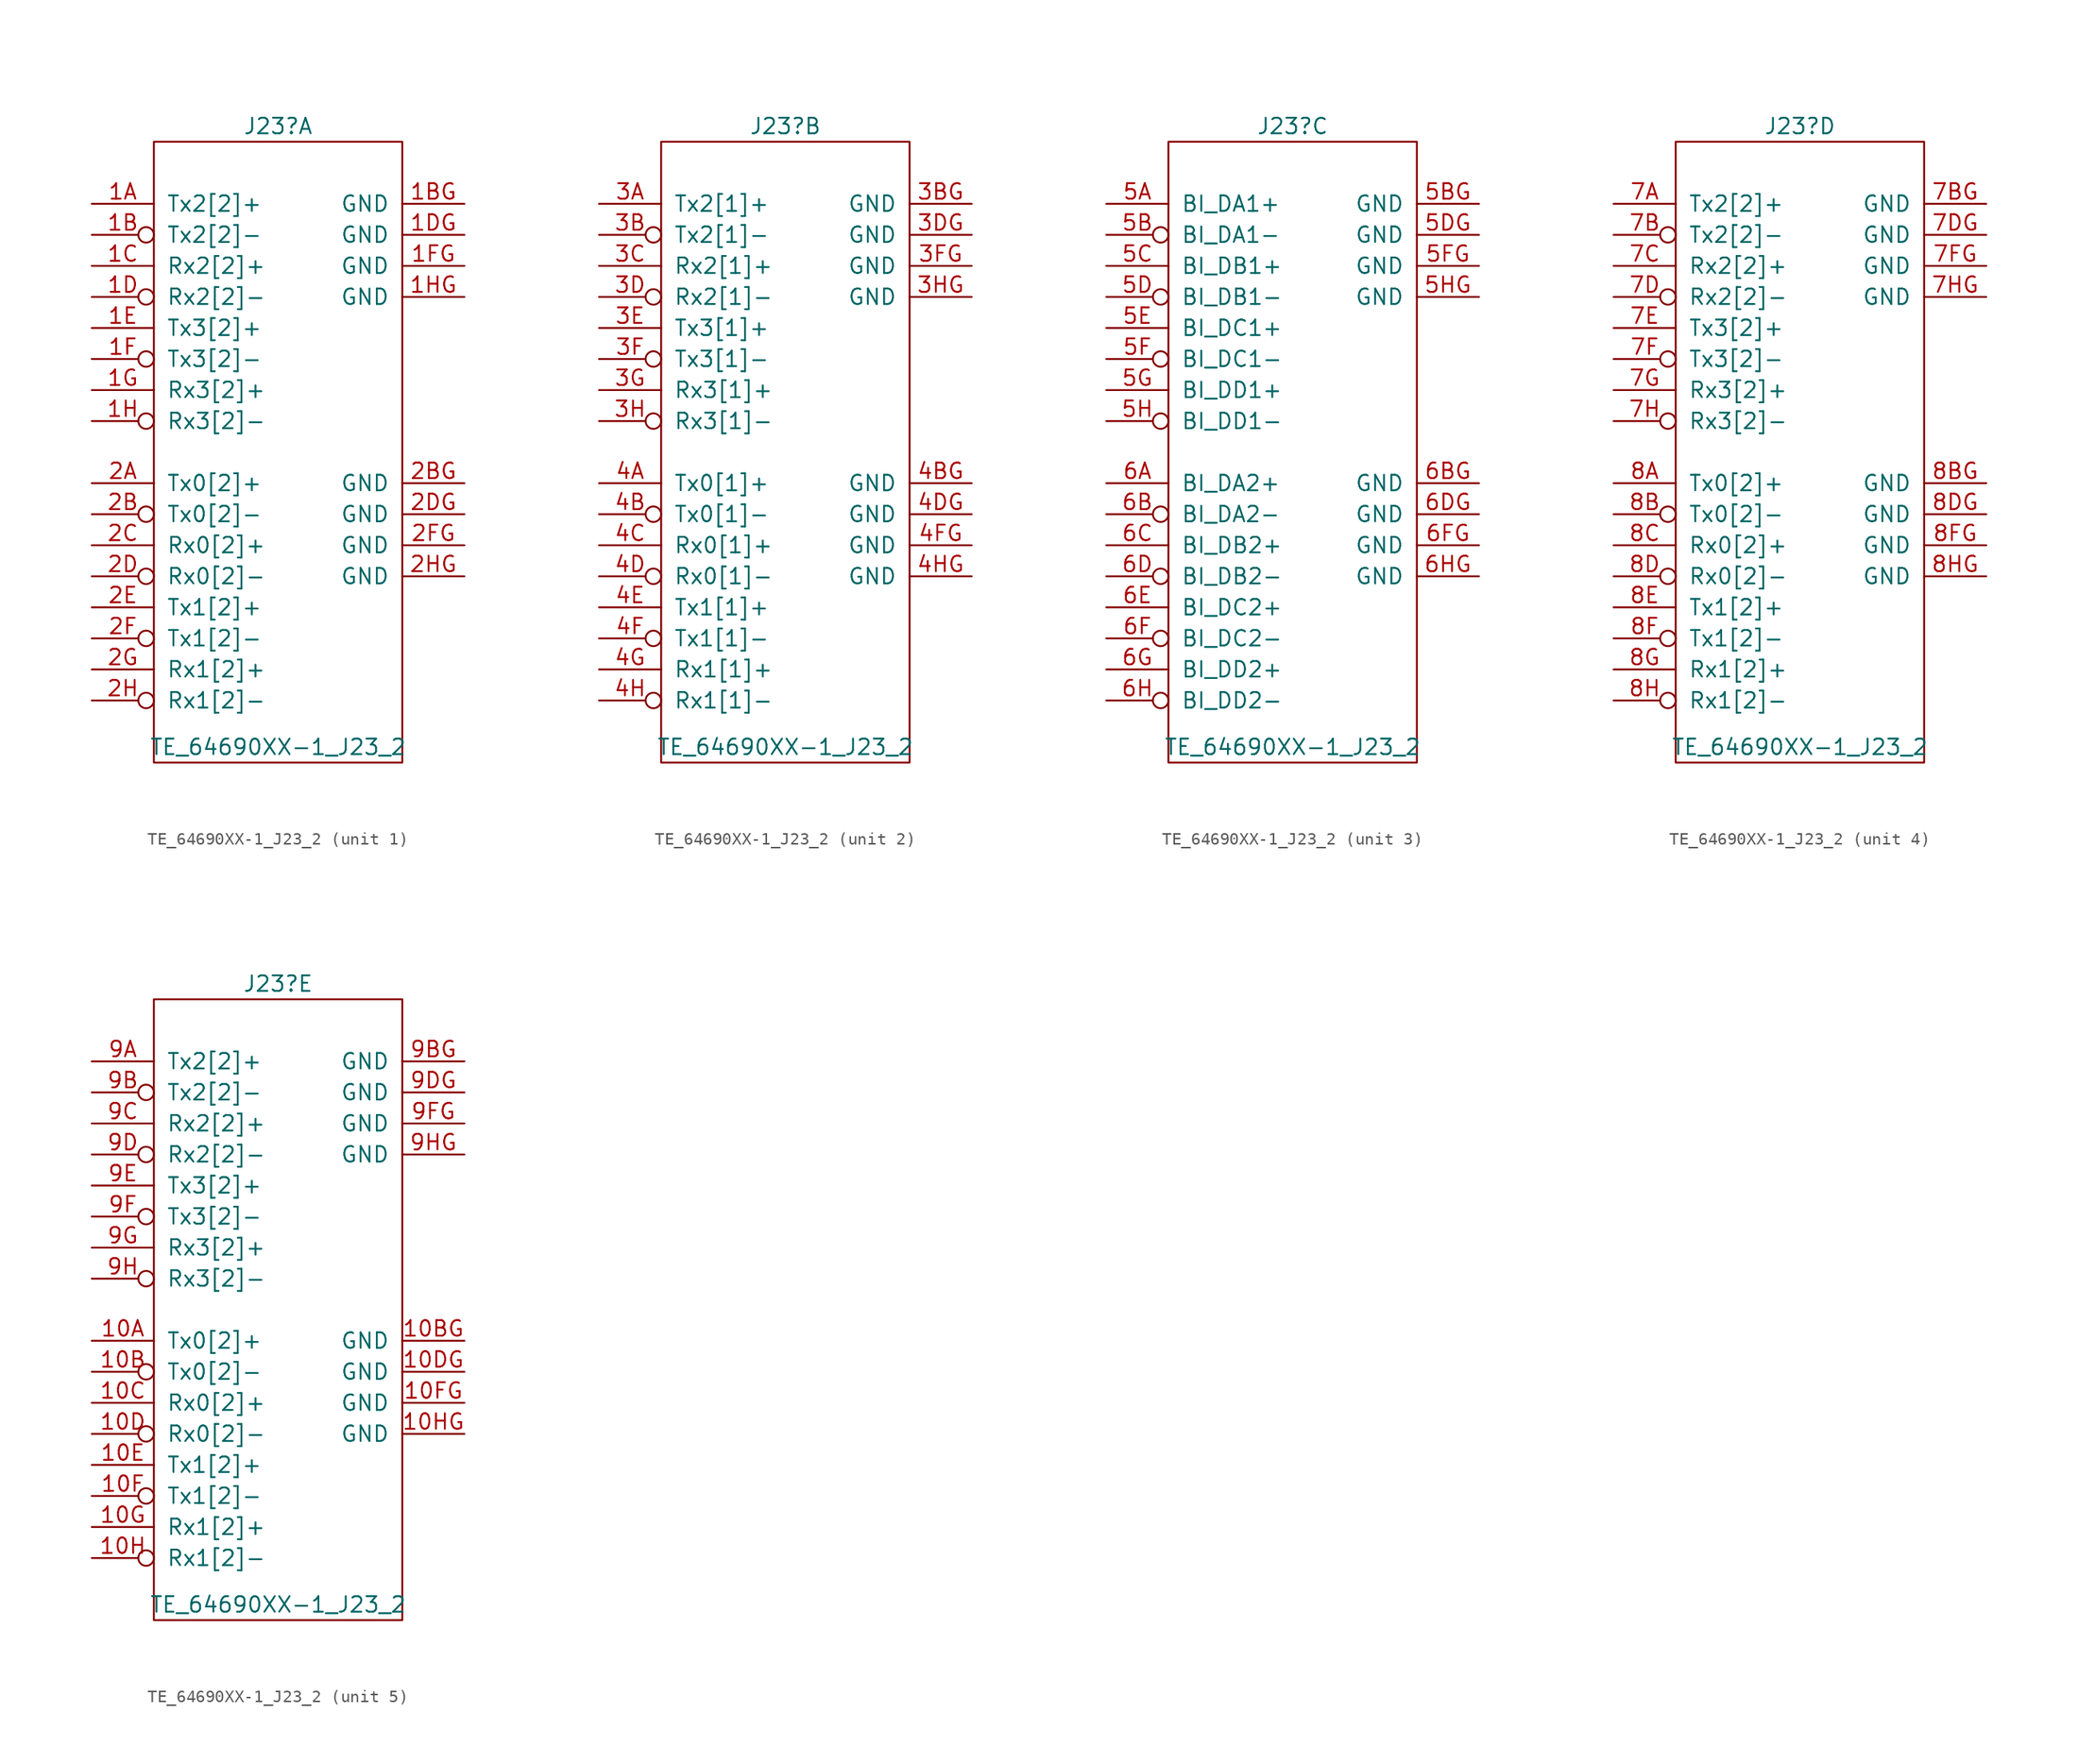
<source format=kicad_sym>
(kicad_symbol_lib
  (version 20220914)
  (generator kicad_symbol_editor)
  (symbol "TE_64690XX-1_J23_2"
    (pin_names
      (offset 1.016))
    (property "Reference" "J23"
      (at 0 26.67 0)
      (effects (font (size 1.27 1.27))))
    (property "Value" "TE_64690XX-1_J23_2"
      (at 0 -24.13 0)
      (effects (font (size 1.27 1.27))))
    (property "ki_locked" ""
      (at 0 0 0)
      (effects (font (size 1.27 1.27))))
    (symbol "TE_64690XX-1_J23_2_1_1"
      (rectangle (start -10.16 25.4) (end 10.16 -25.4) (stroke (width 0) (type default)) (fill (type none)))
      (pin bidirectional line (at -15.24 20.32 0) (length 5.08) (name "Tx2[2]+" (effects (font (size 1.27 1.27)))) (number "1A" (effects (font (size 1.27 1.27)))))
      (pin bidirectional inverted (at -15.24 17.78 0) (length 5.08) (name "Tx2[2]-" (effects (font (size 1.27 1.27)))) (number "1B" (effects (font (size 1.27 1.27)))))
      (pin passive line (at 15.24 20.32 180) (length 5.08) (name "GND" (effects (font (size 1.27 1.27)))) (number "1BG" (effects (font (size 1.27 1.27)))))
      (pin bidirectional line (at -15.24 15.24 0) (length 5.08) (name "Rx2[2]+" (effects (font (size 1.27 1.27)))) (number "1C" (effects (font (size 1.27 1.27)))))
      (pin bidirectional inverted (at -15.24 12.7 0) (length 5.08) (name "Rx2[2]-" (effects (font (size 1.27 1.27)))) (number "1D" (effects (font (size 1.27 1.27)))))
      (pin passive line (at 15.24 17.78 180) (length 5.08) (name "GND" (effects (font (size 1.27 1.27)))) (number "1DG" (effects (font (size 1.27 1.27)))))
      (pin bidirectional line (at -15.24 10.16 0) (length 5.08) (name "Tx3[2]+" (effects (font (size 1.27 1.27)))) (number "1E" (effects (font (size 1.27 1.27)))))
      (pin bidirectional inverted (at -15.24 7.62 0) (length 5.08) (name "Tx3[2]-" (effects (font (size 1.27 1.27)))) (number "1F" (effects (font (size 1.27 1.27)))))
      (pin passive line (at 15.24 15.24 180) (length 5.08) (name "GND" (effects (font (size 1.27 1.27)))) (number "1FG" (effects (font (size 1.27 1.27)))))
      (pin bidirectional line (at -15.24 5.08 0) (length 5.08) (name "Rx3[2]+" (effects (font (size 1.27 1.27)))) (number "1G" (effects (font (size 1.27 1.27)))))
      (pin bidirectional inverted (at -15.24 2.54 0) (length 5.08) (name "Rx3[2]-" (effects (font (size 1.27 1.27)))) (number "1H" (effects (font (size 1.27 1.27)))))
      (pin passive line (at 15.24 12.7 180) (length 5.08) (name "GND" (effects (font (size 1.27 1.27)))) (number "1HG" (effects (font (size 1.27 1.27)))))
      (pin bidirectional line (at -15.24 -2.54 0) (length 5.08) (name "Tx0[2]+" (effects (font (size 1.27 1.27)))) (number "2A" (effects (font (size 1.27 1.27)))))
      (pin bidirectional inverted (at -15.24 -5.08 0) (length 5.08) (name "Tx0[2]-" (effects (font (size 1.27 1.27)))) (number "2B" (effects (font (size 1.27 1.27)))))
      (pin passive line (at 15.24 -2.54 180) (length 5.08) (name "GND" (effects (font (size 1.27 1.27)))) (number "2BG" (effects (font (size 1.27 1.27)))))
      (pin bidirectional line (at -15.24 -7.62 0) (length 5.08) (name "Rx0[2]+" (effects (font (size 1.27 1.27)))) (number "2C" (effects (font (size 1.27 1.27)))))
      (pin bidirectional inverted (at -15.24 -10.16 0) (length 5.08) (name "Rx0[2]-" (effects (font (size 1.27 1.27)))) (number "2D" (effects (font (size 1.27 1.27)))))
      (pin passive line (at 15.24 -5.08 180) (length 5.08) (name "GND" (effects (font (size 1.27 1.27)))) (number "2DG" (effects (font (size 1.27 1.27)))))
      (pin bidirectional line (at -15.24 -12.7 0) (length 5.08) (name "Tx1[2]+" (effects (font (size 1.27 1.27)))) (number "2E" (effects (font (size 1.27 1.27)))))
      (pin bidirectional inverted (at -15.24 -15.24 0) (length 5.08) (name "Tx1[2]-" (effects (font (size 1.27 1.27)))) (number "2F" (effects (font (size 1.27 1.27)))))
      (pin passive line (at 15.24 -7.62 180) (length 5.08) (name "GND" (effects (font (size 1.27 1.27)))) (number "2FG" (effects (font (size 1.27 1.27)))))
      (pin bidirectional line (at -15.24 -17.78 0) (length 5.08) (name "Rx1[2]+" (effects (font (size 1.27 1.27)))) (number "2G" (effects (font (size 1.27 1.27)))))
      (pin bidirectional inverted (at -15.24 -20.32 0) (length 5.08) (name "Rx1[2]-" (effects (font (size 1.27 1.27)))) (number "2H" (effects (font (size 1.27 1.27)))))
      (pin passive line (at 15.24 -10.16 180) (length 5.08) (name "GND" (effects (font (size 1.27 1.27)))) (number "2HG" (effects (font (size 1.27 1.27))))))
    (symbol "TE_64690XX-1_J23_2_2_1"
      (rectangle (start -10.16 25.4) (end 10.16 -25.4) (stroke (width 0) (type default)) (fill (type none)))
      (pin bidirectional line (at -15.24 20.32 0) (length 5.08) (name "Tx2[1]+" (effects (font (size 1.27 1.27)))) (number "3A" (effects (font (size 1.27 1.27)))))
      (pin bidirectional inverted (at -15.24 17.78 0) (length 5.08) (name "Tx2[1]-" (effects (font (size 1.27 1.27)))) (number "3B" (effects (font (size 1.27 1.27)))))
      (pin passive line (at 15.24 20.32 180) (length 5.08) (name "GND" (effects (font (size 1.27 1.27)))) (number "3BG" (effects (font (size 1.27 1.27)))))
      (pin bidirectional line (at -15.24 15.24 0) (length 5.08) (name "Rx2[1]+" (effects (font (size 1.27 1.27)))) (number "3C" (effects (font (size 1.27 1.27)))))
      (pin bidirectional inverted (at -15.24 12.7 0) (length 5.08) (name "Rx2[1]-" (effects (font (size 1.27 1.27)))) (number "3D" (effects (font (size 1.27 1.27)))))
      (pin passive line (at 15.24 17.78 180) (length 5.08) (name "GND" (effects (font (size 1.27 1.27)))) (number "3DG" (effects (font (size 1.27 1.27)))))
      (pin bidirectional line (at -15.24 10.16 0) (length 5.08) (name "Tx3[1]+" (effects (font (size 1.27 1.27)))) (number "3E" (effects (font (size 1.27 1.27)))))
      (pin bidirectional inverted (at -15.24 7.62 0) (length 5.08) (name "Tx3[1]-" (effects (font (size 1.27 1.27)))) (number "3F" (effects (font (size 1.27 1.27)))))
      (pin passive line (at 15.24 15.24 180) (length 5.08) (name "GND" (effects (font (size 1.27 1.27)))) (number "3FG" (effects (font (size 1.27 1.27)))))
      (pin bidirectional line (at -15.24 5.08 0) (length 5.08) (name "Rx3[1]+" (effects (font (size 1.27 1.27)))) (number "3G" (effects (font (size 1.27 1.27)))))
      (pin bidirectional inverted (at -15.24 2.54 0) (length 5.08) (name "Rx3[1]-" (effects (font (size 1.27 1.27)))) (number "3H" (effects (font (size 1.27 1.27)))))
      (pin passive line (at 15.24 12.7 180) (length 5.08) (name "GND" (effects (font (size 1.27 1.27)))) (number "3HG" (effects (font (size 1.27 1.27)))))
      (pin bidirectional line (at -15.24 -2.54 0) (length 5.08) (name "Tx0[1]+" (effects (font (size 1.27 1.27)))) (number "4A" (effects (font (size 1.27 1.27)))))
      (pin bidirectional inverted (at -15.24 -5.08 0) (length 5.08) (name "Tx0[1]-" (effects (font (size 1.27 1.27)))) (number "4B" (effects (font (size 1.27 1.27)))))
      (pin passive line (at 15.24 -2.54 180) (length 5.08) (name "GND" (effects (font (size 1.27 1.27)))) (number "4BG" (effects (font (size 1.27 1.27)))))
      (pin bidirectional line (at -15.24 -7.62 0) (length 5.08) (name "Rx0[1]+" (effects (font (size 1.27 1.27)))) (number "4C" (effects (font (size 1.27 1.27)))))
      (pin bidirectional inverted (at -15.24 -10.16 0) (length 5.08) (name "Rx0[1]-" (effects (font (size 1.27 1.27)))) (number "4D" (effects (font (size 1.27 1.27)))))
      (pin passive line (at 15.24 -5.08 180) (length 5.08) (name "GND" (effects (font (size 1.27 1.27)))) (number "4DG" (effects (font (size 1.27 1.27)))))
      (pin bidirectional line (at -15.24 -12.7 0) (length 5.08) (name "Tx1[1]+" (effects (font (size 1.27 1.27)))) (number "4E" (effects (font (size 1.27 1.27)))))
      (pin bidirectional inverted (at -15.24 -15.24 0) (length 5.08) (name "Tx1[1]-" (effects (font (size 1.27 1.27)))) (number "4F" (effects (font (size 1.27 1.27)))))
      (pin passive line (at 15.24 -7.62 180) (length 5.08) (name "GND" (effects (font (size 1.27 1.27)))) (number "4FG" (effects (font (size 1.27 1.27)))))
      (pin bidirectional line (at -15.24 -17.78 0) (length 5.08) (name "Rx1[1]+" (effects (font (size 1.27 1.27)))) (number "4G" (effects (font (size 1.27 1.27)))))
      (pin bidirectional inverted (at -15.24 -20.32 0) (length 5.08) (name "Rx1[1]-" (effects (font (size 1.27 1.27)))) (number "4H" (effects (font (size 1.27 1.27)))))
      (pin passive line (at 15.24 -10.16 180) (length 5.08) (name "GND" (effects (font (size 1.27 1.27)))) (number "4HG" (effects (font (size 1.27 1.27))))))
    (symbol "TE_64690XX-1_J23_2_3_1"
      (rectangle (start -10.16 25.4) (end 10.16 -25.4) (stroke (width 0) (type default)) (fill (type none)))
      (pin bidirectional line (at -15.24 20.32 0) (length 5.08) (name "BI_DA1+" (effects (font (size 1.27 1.27)))) (number "5A" (effects (font (size 1.27 1.27)))))
      (pin bidirectional inverted (at -15.24 17.78 0) (length 5.08) (name "BI_DA1-" (effects (font (size 1.27 1.27)))) (number "5B" (effects (font (size 1.27 1.27)))))
      (pin passive line (at 15.24 20.32 180) (length 5.08) (name "GND" (effects (font (size 1.27 1.27)))) (number "5BG" (effects (font (size 1.27 1.27)))))
      (pin bidirectional line (at -15.24 15.24 0) (length 5.08) (name "BI_DB1+" (effects (font (size 1.27 1.27)))) (number "5C" (effects (font (size 1.27 1.27)))))
      (pin bidirectional inverted (at -15.24 12.7 0) (length 5.08) (name "BI_DB1-" (effects (font (size 1.27 1.27)))) (number "5D" (effects (font (size 1.27 1.27)))))
      (pin passive line (at 15.24 17.78 180) (length 5.08) (name "GND" (effects (font (size 1.27 1.27)))) (number "5DG" (effects (font (size 1.27 1.27)))))
      (pin bidirectional line (at -15.24 10.16 0) (length 5.08) (name "BI_DC1+" (effects (font (size 1.27 1.27)))) (number "5E" (effects (font (size 1.27 1.27)))))
      (pin bidirectional inverted (at -15.24 7.62 0) (length 5.08) (name "BI_DC1-" (effects (font (size 1.27 1.27)))) (number "5F" (effects (font (size 1.27 1.27)))))
      (pin passive line (at 15.24 15.24 180) (length 5.08) (name "GND" (effects (font (size 1.27 1.27)))) (number "5FG" (effects (font (size 1.27 1.27)))))
      (pin bidirectional line (at -15.24 5.08 0) (length 5.08) (name "BI_DD1+" (effects (font (size 1.27 1.27)))) (number "5G" (effects (font (size 1.27 1.27)))))
      (pin bidirectional inverted (at -15.24 2.54 0) (length 5.08) (name "BI_DD1-" (effects (font (size 1.27 1.27)))) (number "5H" (effects (font (size 1.27 1.27)))))
      (pin passive line (at 15.24 12.7 180) (length 5.08) (name "GND" (effects (font (size 1.27 1.27)))) (number "5HG" (effects (font (size 1.27 1.27)))))
      (pin bidirectional line (at -15.24 -2.54 0) (length 5.08) (name "BI_DA2+" (effects (font (size 1.27 1.27)))) (number "6A" (effects (font (size 1.27 1.27)))))
      (pin bidirectional inverted (at -15.24 -5.08 0) (length 5.08) (name "BI_DA2-" (effects (font (size 1.27 1.27)))) (number "6B" (effects (font (size 1.27 1.27)))))
      (pin passive line (at 15.24 -2.54 180) (length 5.08) (name "GND" (effects (font (size 1.27 1.27)))) (number "6BG" (effects (font (size 1.27 1.27)))))
      (pin bidirectional line (at -15.24 -7.62 0) (length 5.08) (name "BI_DB2+" (effects (font (size 1.27 1.27)))) (number "6C" (effects (font (size 1.27 1.27)))))
      (pin bidirectional inverted (at -15.24 -10.16 0) (length 5.08) (name "BI_DB2-" (effects (font (size 1.27 1.27)))) (number "6D" (effects (font (size 1.27 1.27)))))
      (pin passive line (at 15.24 -5.08 180) (length 5.08) (name "GND" (effects (font (size 1.27 1.27)))) (number "6DG" (effects (font (size 1.27 1.27)))))
      (pin bidirectional line (at -15.24 -12.7 0) (length 5.08) (name "BI_DC2+" (effects (font (size 1.27 1.27)))) (number "6E" (effects (font (size 1.27 1.27)))))
      (pin bidirectional inverted (at -15.24 -15.24 0) (length 5.08) (name "BI_DC2-" (effects (font (size 1.27 1.27)))) (number "6F" (effects (font (size 1.27 1.27)))))
      (pin passive line (at 15.24 -7.62 180) (length 5.08) (name "GND" (effects (font (size 1.27 1.27)))) (number "6FG" (effects (font (size 1.27 1.27)))))
      (pin bidirectional line (at -15.24 -17.78 0) (length 5.08) (name "BI_DD2+" (effects (font (size 1.27 1.27)))) (number "6G" (effects (font (size 1.27 1.27)))))
      (pin bidirectional inverted (at -15.24 -20.32 0) (length 5.08) (name "BI_DD2-" (effects (font (size 1.27 1.27)))) (number "6H" (effects (font (size 1.27 1.27)))))
      (pin passive line (at 15.24 -10.16 180) (length 5.08) (name "GND" (effects (font (size 1.27 1.27)))) (number "6HG" (effects (font (size 1.27 1.27))))))
    (symbol "TE_64690XX-1_J23_2_4_1"
      (rectangle (start -10.16 25.4) (end 10.16 -25.4) (stroke (width 0) (type default)) (fill (type none)))
      (pin bidirectional line (at -15.24 20.32 0) (length 5.08) (name "Tx2[2]+" (effects (font (size 1.27 1.27)))) (number "7A" (effects (font (size 1.27 1.27)))))
      (pin bidirectional inverted (at -15.24 17.78 0) (length 5.08) (name "Tx2[2]-" (effects (font (size 1.27 1.27)))) (number "7B" (effects (font (size 1.27 1.27)))))
      (pin passive line (at 15.24 20.32 180) (length 5.08) (name "GND" (effects (font (size 1.27 1.27)))) (number "7BG" (effects (font (size 1.27 1.27)))))
      (pin bidirectional line (at -15.24 15.24 0) (length 5.08) (name "Rx2[2]+" (effects (font (size 1.27 1.27)))) (number "7C" (effects (font (size 1.27 1.27)))))
      (pin bidirectional inverted (at -15.24 12.7 0) (length 5.08) (name "Rx2[2]-" (effects (font (size 1.27 1.27)))) (number "7D" (effects (font (size 1.27 1.27)))))
      (pin passive line (at 15.24 17.78 180) (length 5.08) (name "GND" (effects (font (size 1.27 1.27)))) (number "7DG" (effects (font (size 1.27 1.27)))))
      (pin bidirectional line (at -15.24 10.16 0) (length 5.08) (name "Tx3[2]+" (effects (font (size 1.27 1.27)))) (number "7E" (effects (font (size 1.27 1.27)))))
      (pin bidirectional inverted (at -15.24 7.62 0) (length 5.08) (name "Tx3[2]-" (effects (font (size 1.27 1.27)))) (number "7F" (effects (font (size 1.27 1.27)))))
      (pin passive line (at 15.24 15.24 180) (length 5.08) (name "GND" (effects (font (size 1.27 1.27)))) (number "7FG" (effects (font (size 1.27 1.27)))))
      (pin bidirectional line (at -15.24 5.08 0) (length 5.08) (name "Rx3[2]+" (effects (font (size 1.27 1.27)))) (number "7G" (effects (font (size 1.27 1.27)))))
      (pin bidirectional inverted (at -15.24 2.54 0) (length 5.08) (name "Rx3[2]-" (effects (font (size 1.27 1.27)))) (number "7H" (effects (font (size 1.27 1.27)))))
      (pin passive line (at 15.24 12.7 180) (length 5.08) (name "GND" (effects (font (size 1.27 1.27)))) (number "7HG" (effects (font (size 1.27 1.27)))))
      (pin bidirectional line (at -15.24 -2.54 0) (length 5.08) (name "Tx0[2]+" (effects (font (size 1.27 1.27)))) (number "8A" (effects (font (size 1.27 1.27)))))
      (pin bidirectional inverted (at -15.24 -5.08 0) (length 5.08) (name "Tx0[2]-" (effects (font (size 1.27 1.27)))) (number "8B" (effects (font (size 1.27 1.27)))))
      (pin passive line (at 15.24 -2.54 180) (length 5.08) (name "GND" (effects (font (size 1.27 1.27)))) (number "8BG" (effects (font (size 1.27 1.27)))))
      (pin bidirectional line (at -15.24 -7.62 0) (length 5.08) (name "Rx0[2]+" (effects (font (size 1.27 1.27)))) (number "8C" (effects (font (size 1.27 1.27)))))
      (pin bidirectional inverted (at -15.24 -10.16 0) (length 5.08) (name "Rx0[2]-" (effects (font (size 1.27 1.27)))) (number "8D" (effects (font (size 1.27 1.27)))))
      (pin passive line (at 15.24 -5.08 180) (length 5.08) (name "GND" (effects (font (size 1.27 1.27)))) (number "8DG" (effects (font (size 1.27 1.27)))))
      (pin bidirectional line (at -15.24 -12.7 0) (length 5.08) (name "Tx1[2]+" (effects (font (size 1.27 1.27)))) (number "8E" (effects (font (size 1.27 1.27)))))
      (pin bidirectional inverted (at -15.24 -15.24 0) (length 5.08) (name "Tx1[2]-" (effects (font (size 1.27 1.27)))) (number "8F" (effects (font (size 1.27 1.27)))))
      (pin passive line (at 15.24 -7.62 180) (length 5.08) (name "GND" (effects (font (size 1.27 1.27)))) (number "8FG" (effects (font (size 1.27 1.27)))))
      (pin bidirectional line (at -15.24 -17.78 0) (length 5.08) (name "Rx1[2]+" (effects (font (size 1.27 1.27)))) (number "8G" (effects (font (size 1.27 1.27)))))
      (pin bidirectional inverted (at -15.24 -20.32 0) (length 5.08) (name "Rx1[2]-" (effects (font (size 1.27 1.27)))) (number "8H" (effects (font (size 1.27 1.27)))))
      (pin passive line (at 15.24 -10.16 180) (length 5.08) (name "GND" (effects (font (size 1.27 1.27)))) (number "8HG" (effects (font (size 1.27 1.27))))))
    (symbol "TE_64690XX-1_J23_2_5_1"
      (rectangle (start -10.16 25.4) (end 10.16 -25.4) (stroke (width 0) (type default)) (fill (type none)))
      (pin bidirectional line (at -15.24 -2.54 0) (length 5.08) (name "Tx0[2]+" (effects (font (size 1.27 1.27)))) (number "10A" (effects (font (size 1.27 1.27)))))
      (pin bidirectional inverted (at -15.24 -5.08 0) (length 5.08) (name "Tx0[2]-" (effects (font (size 1.27 1.27)))) (number "10B" (effects (font (size 1.27 1.27)))))
      (pin passive line (at 15.24 -2.54 180) (length 5.08) (name "GND" (effects (font (size 1.27 1.27)))) (number "10BG" (effects (font (size 1.27 1.27)))))
      (pin bidirectional line (at -15.24 -7.62 0) (length 5.08) (name "Rx0[2]+" (effects (font (size 1.27 1.27)))) (number "10C" (effects (font (size 1.27 1.27)))))
      (pin bidirectional inverted (at -15.24 -10.16 0) (length 5.08) (name "Rx0[2]-" (effects (font (size 1.27 1.27)))) (number "10D" (effects (font (size 1.27 1.27)))))
      (pin passive line (at 15.24 -5.08 180) (length 5.08) (name "GND" (effects (font (size 1.27 1.27)))) (number "10DG" (effects (font (size 1.27 1.27)))))
      (pin bidirectional line (at -15.24 -12.7 0) (length 5.08) (name "Tx1[2]+" (effects (font (size 1.27 1.27)))) (number "10E" (effects (font (size 1.27 1.27)))))
      (pin bidirectional inverted (at -15.24 -15.24 0) (length 5.08) (name "Tx1[2]-" (effects (font (size 1.27 1.27)))) (number "10F" (effects (font (size 1.27 1.27)))))
      (pin passive line (at 15.24 -7.62 180) (length 5.08) (name "GND" (effects (font (size 1.27 1.27)))) (number "10FG" (effects (font (size 1.27 1.27)))))
      (pin bidirectional line (at -15.24 -17.78 0) (length 5.08) (name "Rx1[2]+" (effects (font (size 1.27 1.27)))) (number "10G" (effects (font (size 1.27 1.27)))))
      (pin bidirectional inverted (at -15.24 -20.32 0) (length 5.08) (name "Rx1[2]-" (effects (font (size 1.27 1.27)))) (number "10H" (effects (font (size 1.27 1.27)))))
      (pin passive line (at 15.24 -10.16 180) (length 5.08) (name "GND" (effects (font (size 1.27 1.27)))) (number "10HG" (effects (font (size 1.27 1.27)))))
      (pin bidirectional line (at -15.24 20.32 0) (length 5.08) (name "Tx2[2]+" (effects (font (size 1.27 1.27)))) (number "9A" (effects (font (size 1.27 1.27)))))
      (pin bidirectional inverted (at -15.24 17.78 0) (length 5.08) (name "Tx2[2]-" (effects (font (size 1.27 1.27)))) (number "9B" (effects (font (size 1.27 1.27)))))
      (pin passive line (at 15.24 20.32 180) (length 5.08) (name "GND" (effects (font (size 1.27 1.27)))) (number "9BG" (effects (font (size 1.27 1.27)))))
      (pin bidirectional line (at -15.24 15.24 0) (length 5.08) (name "Rx2[2]+" (effects (font (size 1.27 1.27)))) (number "9C" (effects (font (size 1.27 1.27)))))
      (pin bidirectional inverted (at -15.24 12.7 0) (length 5.08) (name "Rx2[2]-" (effects (font (size 1.27 1.27)))) (number "9D" (effects (font (size 1.27 1.27)))))
      (pin passive line (at 15.24 17.78 180) (length 5.08) (name "GND" (effects (font (size 1.27 1.27)))) (number "9DG" (effects (font (size 1.27 1.27)))))
      (pin bidirectional line (at -15.24 10.16 0) (length 5.08) (name "Tx3[2]+" (effects (font (size 1.27 1.27)))) (number "9E" (effects (font (size 1.27 1.27)))))
      (pin bidirectional inverted (at -15.24 7.62 0) (length 5.08) (name "Tx3[2]-" (effects (font (size 1.27 1.27)))) (number "9F" (effects (font (size 1.27 1.27)))))
      (pin passive line (at 15.24 15.24 180) (length 5.08) (name "GND" (effects (font (size 1.27 1.27)))) (number "9FG" (effects (font (size 1.27 1.27)))))
      (pin bidirectional line (at -15.24 5.08 0) (length 5.08) (name "Rx3[2]+" (effects (font (size 1.27 1.27)))) (number "9G" (effects (font (size 1.27 1.27)))))
      (pin bidirectional inverted (at -15.24 2.54 0) (length 5.08) (name "Rx3[2]-" (effects (font (size 1.27 1.27)))) (number "9H" (effects (font (size 1.27 1.27)))))
      (pin passive line (at 15.24 12.7 180) (length 5.08) (name "GND" (effects (font (size 1.27 1.27)))) (number "9HG" (effects (font (size 1.27 1.27))))))))
</source>
